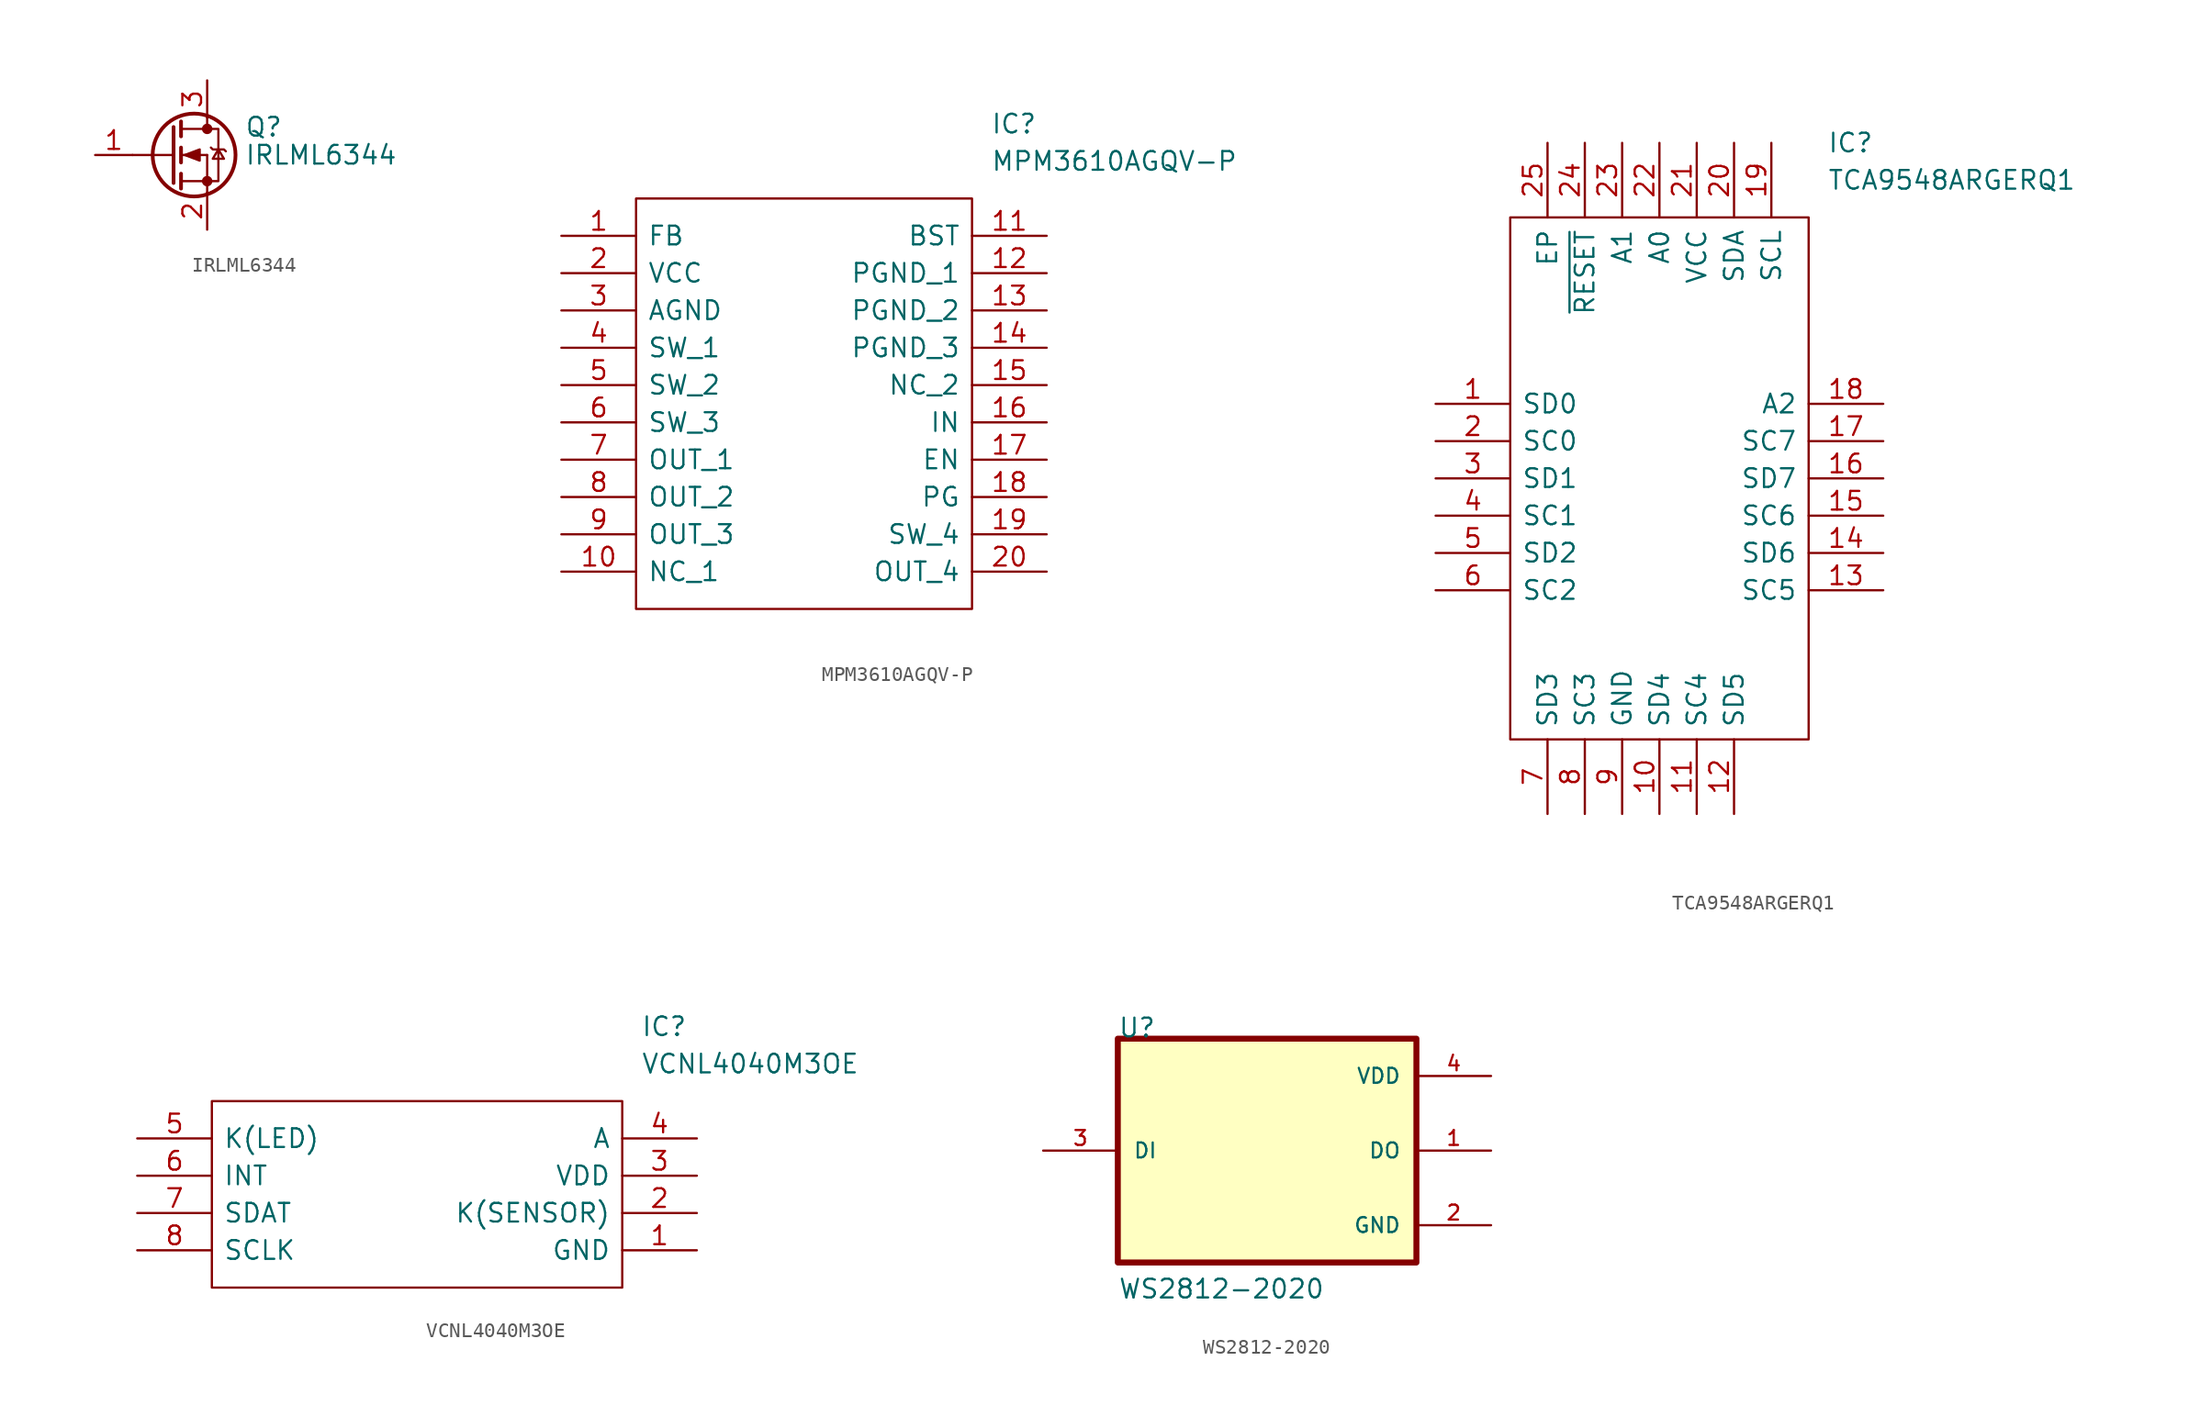
<source format=kicad_sym>
(kicad_symbol_lib
  (version 20241209)
  (generator "kicad_symbol_editor")
  (generator_version "9.0")
  (symbol "IRLML6344"
    (pin_names
      (offset 0)
      (hide yes))
    (property "Reference" "Q"
      (at 5.08 1.905 0)
      (effects (font (size 1.27 1.27)) (justify left)))
    (property "Value" "IRLML6344"
      (at 5.08 0 0)
      (effects (font (size 1.27 1.27)) (justify left)))
    (symbol "IRLML6344_0_1"
      (polyline (pts (xy -2.54 0) (xy 0.254 0)) (stroke (width 0) (type solid)) (fill (type none)))
      (polyline (pts (xy 0.254 1.905) (xy 0.254 -1.905) (xy 0.254 -1.905)) (stroke (width 0.254) (type solid)) (fill (type none)))
      (polyline (pts (xy 0.762 2.286) (xy 0.762 1.27)) (stroke (width 0.254) (type solid)) (fill (type none)))
      (polyline (pts (xy 0.762 1.778) (xy 2.54 1.778)) (stroke (width 0) (type solid)) (fill (type none)))
      (polyline (pts (xy 0.762 0.508) (xy 0.762 -0.508)) (stroke (width 0.254) (type solid)) (fill (type none)))
      (polyline (pts (xy 0.762 0) (xy 2.54 0)) (stroke (width 0) (type solid)) (fill (type none)))
      (polyline (pts (xy 0.762 -1.27) (xy 0.762 -2.286)) (stroke (width 0.254) (type solid)) (fill (type none)))
      (polyline (pts (xy 0.762 -1.778) (xy 2.54 -1.778)) (stroke (width 0) (type solid)) (fill (type none)))
      (polyline (pts (xy 1.016 0) (xy 2.032 0.381) (xy 2.032 -0.381) (xy 1.016 0)) (stroke (width 0) (type solid)) (fill (type outline)))
      (circle (center 1.651 0) (radius 2.819) (stroke (width 0.254) (type solid)) (fill (type none)))
      (polyline (pts (xy 2.54 2.54) (xy 2.54 1.778)) (stroke (width 0) (type solid)) (fill (type none)))
      (circle (center 2.54 1.778) (radius 0.279) (stroke (width 0) (type solid)) (fill (type outline)))
      (polyline (pts (xy 2.54 -1.778) (xy 2.54 0)) (stroke (width 0) (type solid)) (fill (type none)))
      (polyline (pts (xy 2.54 -1.778) (xy 2.54 -2.54)) (stroke (width 0) (type solid)) (fill (type none)))
      (polyline (pts (xy 2.54 -1.778) (xy 3.302 -1.778) (xy 3.302 1.778) (xy 2.54 1.778)) (stroke (width 0) (type solid)) (fill (type none)))
      (circle (center 2.54 -1.778) (radius 0.279) (stroke (width 0) (type solid)) (fill (type outline)))
      (polyline (pts (xy 2.794 0.508) (xy 2.921 0.381) (xy 3.683 0.381) (xy 3.81 0.254)) (stroke (width 0) (type solid)) (fill (type none)))
      (polyline (pts (xy 3.302 0.381) (xy 2.921 -0.254) (xy 3.683 -0.254) (xy 3.302 0.381)) (stroke (width 0) (type solid)) (fill (type none))))
    (symbol "IRLML6344_1_1"
      (pin input line (at -5.08 0 0) (length 2.54) (name "G" (effects (font (size 1.27 1.27)))) (number "1" (effects (font (size 1.27 1.27)))))
      (pin passive line (at 2.54 5.08 270) (length 2.54) (name "D" (effects (font (size 1.27 1.27)))) (number "3" (effects (font (size 1.27 1.27)))))
      (pin passive line (at 2.54 -5.08 90) (length 2.54) (name "S" (effects (font (size 1.27 1.27)))) (number "2" (effects (font (size 1.27 1.27)))))))
  (symbol "MPM3610AGQV-P"
    (pin_names
      (offset 0.762))
    (property "Reference" "IC"
      (at 29.21 7.62 0)
      (effects (font (size 1.27 1.27)) (justify left)))
    (property "Value" "MPM3610AGQV-P"
      (at 29.21 5.08 0)
      (effects (font (size 1.27 1.27)) (justify left)))
    (symbol "MPM3610AGQV-P_0_0"
      (pin passive line (at 0 0 0) (length 5.08) (name "FB" (effects (font (size 1.27 1.27)))) (number "1" (effects (font (size 1.27 1.27)))))
      (pin passive line (at 0 -2.54 0) (length 5.08) (name "VCC" (effects (font (size 1.27 1.27)))) (number "2" (effects (font (size 1.27 1.27)))))
      (pin passive line (at 0 -5.08 0) (length 5.08) (name "AGND" (effects (font (size 1.27 1.27)))) (number "3" (effects (font (size 1.27 1.27)))))
      (pin passive line (at 0 -7.62 0) (length 5.08) (name "SW_1" (effects (font (size 1.27 1.27)))) (number "4" (effects (font (size 1.27 1.27)))))
      (pin passive line (at 0 -10.16 0) (length 5.08) (name "SW_2" (effects (font (size 1.27 1.27)))) (number "5" (effects (font (size 1.27 1.27)))))
      (pin passive line (at 0 -12.7 0) (length 5.08) (name "SW_3" (effects (font (size 1.27 1.27)))) (number "6" (effects (font (size 1.27 1.27)))))
      (pin passive line (at 0 -15.24 0) (length 5.08) (name "OUT_1" (effects (font (size 1.27 1.27)))) (number "7" (effects (font (size 1.27 1.27)))))
      (pin passive line (at 0 -17.78 0) (length 5.08) (name "OUT_2" (effects (font (size 1.27 1.27)))) (number "8" (effects (font (size 1.27 1.27)))))
      (pin passive line (at 0 -20.32 0) (length 5.08) (name "OUT_3" (effects (font (size 1.27 1.27)))) (number "9" (effects (font (size 1.27 1.27)))))
      (pin passive line (at 0 -22.86 0) (length 5.08) (name "NC_1" (effects (font (size 1.27 1.27)))) (number "10" (effects (font (size 1.27 1.27)))))
      (pin passive line (at 33.02 0 180) (length 5.08) (name "BST" (effects (font (size 1.27 1.27)))) (number "11" (effects (font (size 1.27 1.27)))))
      (pin passive line (at 33.02 -2.54 180) (length 5.08) (name "PGND_1" (effects (font (size 1.27 1.27)))) (number "12" (effects (font (size 1.27 1.27)))))
      (pin passive line (at 33.02 -5.08 180) (length 5.08) (name "PGND_2" (effects (font (size 1.27 1.27)))) (number "13" (effects (font (size 1.27 1.27)))))
      (pin passive line (at 33.02 -7.62 180) (length 5.08) (name "PGND_3" (effects (font (size 1.27 1.27)))) (number "14" (effects (font (size 1.27 1.27)))))
      (pin passive line (at 33.02 -10.16 180) (length 5.08) (name "NC_2" (effects (font (size 1.27 1.27)))) (number "15" (effects (font (size 1.27 1.27)))))
      (pin passive line (at 33.02 -12.7 180) (length 5.08) (name "IN" (effects (font (size 1.27 1.27)))) (number "16" (effects (font (size 1.27 1.27)))))
      (pin passive line (at 33.02 -15.24 180) (length 5.08) (name "EN" (effects (font (size 1.27 1.27)))) (number "17" (effects (font (size 1.27 1.27)))))
      (pin passive line (at 33.02 -17.78 180) (length 5.08) (name "PG" (effects (font (size 1.27 1.27)))) (number "18" (effects (font (size 1.27 1.27)))))
      (pin passive line (at 33.02 -20.32 180) (length 5.08) (name "SW_4" (effects (font (size 1.27 1.27)))) (number "19" (effects (font (size 1.27 1.27)))))
      (pin passive line (at 33.02 -22.86 180) (length 5.08) (name "OUT_4" (effects (font (size 1.27 1.27)))) (number "20" (effects (font (size 1.27 1.27))))))
    (symbol "MPM3610AGQV-P_0_1"
      (polyline (pts (xy 5.08 2.54) (xy 27.94 2.54) (xy 27.94 -25.4) (xy 5.08 -25.4) (xy 5.08 2.54)) (stroke (width 0.152) (type solid)) (fill (type none)))))
  (symbol "TCA9548ARGERQ1"
    (pin_names
      (offset 0.762))
    (property "Reference" "IC"
      (at 26.67 17.78 0)
      (effects (font (size 1.27 1.27)) (justify left)))
    (property "Value" "TCA9548ARGERQ1"
      (at 26.67 15.24 0)
      (effects (font (size 1.27 1.27)) (justify left)))
    (symbol "TCA9548ARGERQ1_0_0"
      (pin passive line (at 0 0 0) (length 5.08) (name "SD0" (effects (font (size 1.27 1.27)))) (number "1" (effects (font (size 1.27 1.27)))))
      (pin passive line (at 0 -2.54 0) (length 5.08) (name "SC0" (effects (font (size 1.27 1.27)))) (number "2" (effects (font (size 1.27 1.27)))))
      (pin passive line (at 0 -5.08 0) (length 5.08) (name "SD1" (effects (font (size 1.27 1.27)))) (number "3" (effects (font (size 1.27 1.27)))))
      (pin passive line (at 0 -7.62 0) (length 5.08) (name "SC1" (effects (font (size 1.27 1.27)))) (number "4" (effects (font (size 1.27 1.27)))))
      (pin passive line (at 0 -10.16 0) (length 5.08) (name "SD2" (effects (font (size 1.27 1.27)))) (number "5" (effects (font (size 1.27 1.27)))))
      (pin passive line (at 0 -12.7 0) (length 5.08) (name "SC2" (effects (font (size 1.27 1.27)))) (number "6" (effects (font (size 1.27 1.27)))))
      (pin passive line (at 7.62 17.78 270) (length 5.08) (name "EP" (effects (font (size 1.27 1.27)))) (number "25" (effects (font (size 1.27 1.27)))))
      (pin passive line (at 7.62 -27.94 90) (length 5.08) (name "SD3" (effects (font (size 1.27 1.27)))) (number "7" (effects (font (size 1.27 1.27)))))
      (pin passive line (at 10.16 17.78 270) (length 5.08) (name "~{RESET}" (effects (font (size 1.27 1.27)))) (number "24" (effects (font (size 1.27 1.27)))))
      (pin passive line (at 10.16 -27.94 90) (length 5.08) (name "SC3" (effects (font (size 1.27 1.27)))) (number "8" (effects (font (size 1.27 1.27)))))
      (pin passive line (at 12.7 17.78 270) (length 5.08) (name "A1" (effects (font (size 1.27 1.27)))) (number "23" (effects (font (size 1.27 1.27)))))
      (pin passive line (at 12.7 -27.94 90) (length 5.08) (name "GND" (effects (font (size 1.27 1.27)))) (number "9" (effects (font (size 1.27 1.27)))))
      (pin passive line (at 15.24 17.78 270) (length 5.08) (name "A0" (effects (font (size 1.27 1.27)))) (number "22" (effects (font (size 1.27 1.27)))))
      (pin passive line (at 15.24 -27.94 90) (length 5.08) (name "SD4" (effects (font (size 1.27 1.27)))) (number "10" (effects (font (size 1.27 1.27)))))
      (pin passive line (at 17.78 17.78 270) (length 5.08) (name "VCC" (effects (font (size 1.27 1.27)))) (number "21" (effects (font (size 1.27 1.27)))))
      (pin passive line (at 17.78 -27.94 90) (length 5.08) (name "SC4" (effects (font (size 1.27 1.27)))) (number "11" (effects (font (size 1.27 1.27)))))
      (pin passive line (at 20.32 17.78 270) (length 5.08) (name "SDA" (effects (font (size 1.27 1.27)))) (number "20" (effects (font (size 1.27 1.27)))))
      (pin passive line (at 20.32 -27.94 90) (length 5.08) (name "SD5" (effects (font (size 1.27 1.27)))) (number "12" (effects (font (size 1.27 1.27)))))
      (pin passive line (at 22.86 17.78 270) (length 5.08) (name "SCL" (effects (font (size 1.27 1.27)))) (number "19" (effects (font (size 1.27 1.27)))))
      (pin passive line (at 30.48 0 180) (length 5.08) (name "A2" (effects (font (size 1.27 1.27)))) (number "18" (effects (font (size 1.27 1.27)))))
      (pin passive line (at 30.48 -2.54 180) (length 5.08) (name "SC7" (effects (font (size 1.27 1.27)))) (number "17" (effects (font (size 1.27 1.27)))))
      (pin passive line (at 30.48 -5.08 180) (length 5.08) (name "SD7" (effects (font (size 1.27 1.27)))) (number "16" (effects (font (size 1.27 1.27)))))
      (pin passive line (at 30.48 -7.62 180) (length 5.08) (name "SC6" (effects (font (size 1.27 1.27)))) (number "15" (effects (font (size 1.27 1.27)))))
      (pin passive line (at 30.48 -10.16 180) (length 5.08) (name "SD6" (effects (font (size 1.27 1.27)))) (number "14" (effects (font (size 1.27 1.27)))))
      (pin passive line (at 30.48 -12.7 180) (length 5.08) (name "SC5" (effects (font (size 1.27 1.27)))) (number "13" (effects (font (size 1.27 1.27))))))
    (symbol "TCA9548ARGERQ1_0_1"
      (polyline (pts (xy 5.08 12.7) (xy 25.4 12.7) (xy 25.4 -22.86) (xy 5.08 -22.86) (xy 5.08 12.7)) (stroke (width 0.152) (type solid)) (fill (type none)))))
  (symbol "VCNL4040M3OE"
    (pin_names
      (offset 0.762))
    (property "Reference" "IC"
      (at 34.29 7.62 0)
      (effects (font (size 1.27 1.27)) (justify left)))
    (property "Value" "VCNL4040M3OE"
      (at 34.29 5.08 0)
      (effects (font (size 1.27 1.27)) (justify left)))
    (symbol "VCNL4040M3OE_0_0"
      (pin passive line (at 0 0 0) (length 5.08) (name "K(LED)" (effects (font (size 1.27 1.27)))) (number "5" (effects (font (size 1.27 1.27)))))
      (pin passive line (at 0 -2.54 0) (length 5.08) (name "INT" (effects (font (size 1.27 1.27)))) (number "6" (effects (font (size 1.27 1.27)))))
      (pin passive line (at 0 -5.08 0) (length 5.08) (name "SDAT" (effects (font (size 1.27 1.27)))) (number "7" (effects (font (size 1.27 1.27)))))
      (pin passive line (at 0 -7.62 0) (length 5.08) (name "SCLK" (effects (font (size 1.27 1.27)))) (number "8" (effects (font (size 1.27 1.27)))))
      (pin passive line (at 38.1 0 180) (length 5.08) (name "A" (effects (font (size 1.27 1.27)))) (number "4" (effects (font (size 1.27 1.27)))))
      (pin passive line (at 38.1 -2.54 180) (length 5.08) (name "VDD" (effects (font (size 1.27 1.27)))) (number "3" (effects (font (size 1.27 1.27)))))
      (pin passive line (at 38.1 -5.08 180) (length 5.08) (name "K(SENSOR)" (effects (font (size 1.27 1.27)))) (number "2" (effects (font (size 1.27 1.27)))))
      (pin passive line (at 38.1 -7.62 180) (length 5.08) (name "GND" (effects (font (size 1.27 1.27)))) (number "1" (effects (font (size 1.27 1.27))))))
    (symbol "VCNL4040M3OE_0_1"
      (polyline (pts (xy 5.08 2.54) (xy 33.02 2.54) (xy 33.02 -10.16) (xy 5.08 -10.16) (xy 5.08 2.54)) (stroke (width 0.152) (type solid)) (fill (type none)))))
  (symbol "WS2812-2020"
    (pin_names
      (offset 1.016))
    (property "Reference" "U"
      (at -10.16 7.62 0)
      (effects (font (size 1.27 1.27)) (justify left bottom)))
    (property "Value" "WS2812-2020"
      (at -10.16 -10.16 0)
      (effects (font (size 1.27 1.27)) (justify left bottom)))
    (symbol "WS2812-2020_0_0"
      (rectangle (start -10.16 -7.62) (end 10.16 7.62) (stroke (width 0.406) (type solid)) (fill (type background)))
      (pin input line (at -15.24 0 0) (length 5.08) (name "DI" (effects (font (size 1.016 1.016)))) (number "3" (effects (font (size 1.016 1.016)))))
      (pin power_in line (at 15.24 5.08 180) (length 5.08) (name "VDD" (effects (font (size 1.016 1.016)))) (number "4" (effects (font (size 1.016 1.016)))))
      (pin output line (at 15.24 0 180) (length 5.08) (name "DO" (effects (font (size 1.016 1.016)))) (number "1" (effects (font (size 1.016 1.016)))))
      (pin power_in line (at 15.24 -5.08 180) (length 5.08) (name "GND" (effects (font (size 1.016 1.016)))) (number "2" (effects (font (size 1.016 1.016))))))))
</source>
